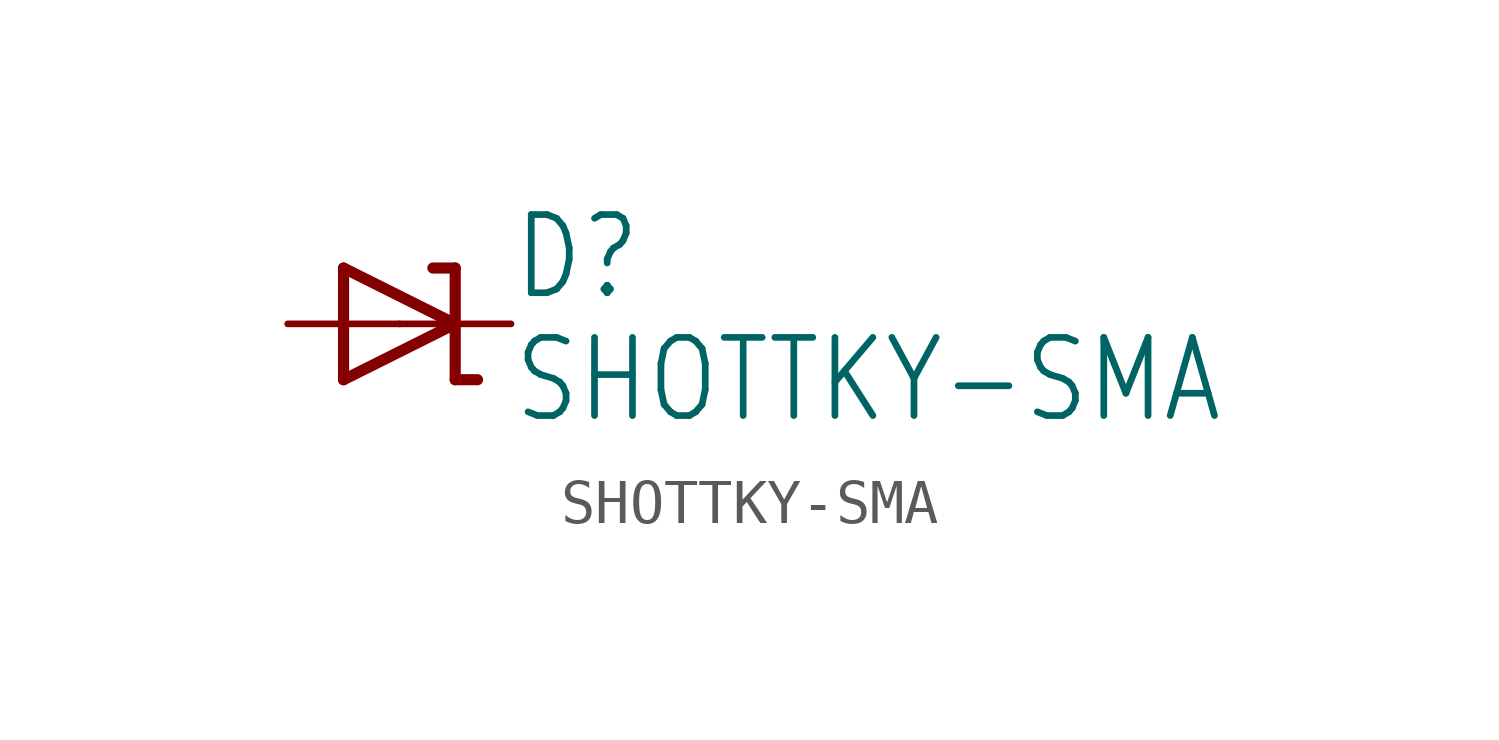
<source format=kicad_sym>
(kicad_symbol_lib
  (version 20211014)
  (generator kicad_symbol_editor)
  (symbol "SHOTTKY-SMA"
    (property "Reference" "D"
      (at 2.54 0.483 0)
      (effects (font (size 1.778 1.511)) (justify left bottom)))
    (property "Value" "SHOTTKY-SMA"
      (at 2.54 -2.311 0)
      (effects (font (size 1.778 1.511)) (justify left bottom)))
    (property "ki_locked" ""
      (at 0 0 0)
      (effects (font (size 1.27 1.27))))
    (symbol "SHOTTKY-SMA_1_0"
      (polyline (pts (xy -1.27 -1.27) (xy 1.27 0)) (stroke (width 0.254) (type default) (color 0 0 0 0)) (fill (type none)))
      (polyline (pts (xy -1.27 1.27) (xy -1.27 -1.27)) (stroke (width 0.254) (type default) (color 0 0 0 0)) (fill (type none)))
      (polyline (pts (xy 1.27 -1.27) (xy 1.778 -1.27)) (stroke (width 0.254) (type default) (color 0 0 0 0)) (fill (type none)))
      (polyline (pts (xy 1.27 0) (xy -1.27 1.27)) (stroke (width 0.254) (type default) (color 0 0 0 0)) (fill (type none)))
      (polyline (pts (xy 1.27 0) (xy 1.27 -1.27)) (stroke (width 0.254) (type default) (color 0 0 0 0)) (fill (type none)))
      (polyline (pts (xy 1.27 1.27) (xy 0.762 1.27)) (stroke (width 0.254) (type default) (color 0 0 0 0)) (fill (type none)))
      (polyline (pts (xy 1.27 1.27) (xy 1.27 0)) (stroke (width 0.254) (type default) (color 0 0 0 0)) (fill (type none)))
      (pin passive line (at -2.54 0 0) (length 2.54) (name "A" (effects (font (size 0 0)))) (number "A" (effects (font (size 0 0)))))
      (pin passive line (at 2.54 0 180) (length 2.54) (name "C" (effects (font (size 0 0)))) (number "C" (effects (font (size 0 0))))))))
</source>
